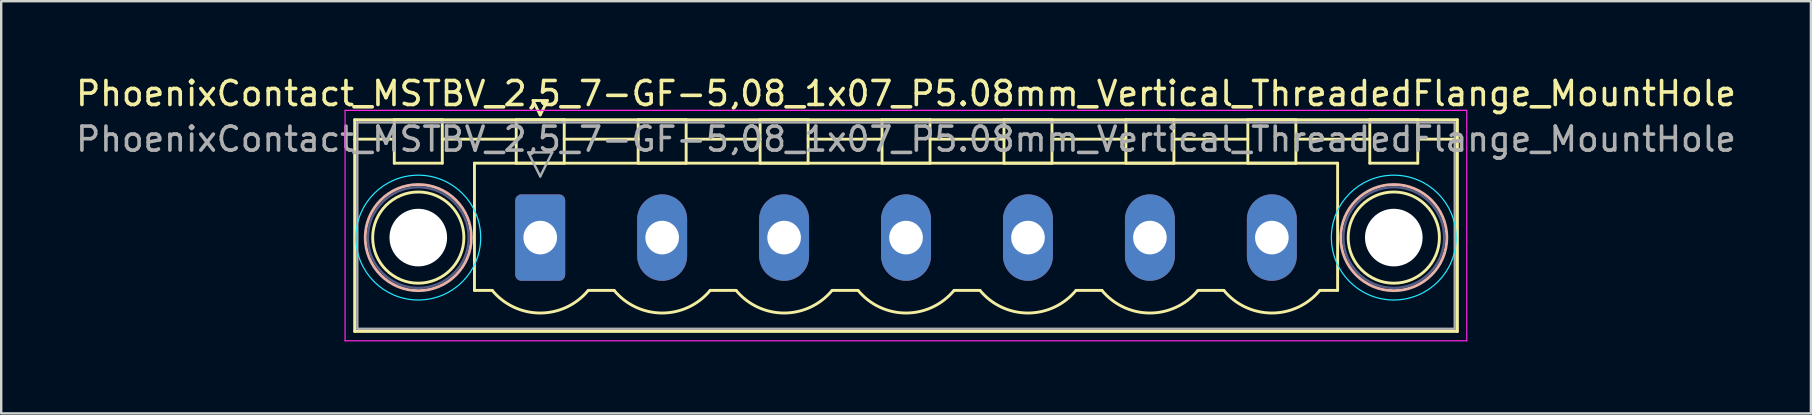
<source format=kicad_pcb>
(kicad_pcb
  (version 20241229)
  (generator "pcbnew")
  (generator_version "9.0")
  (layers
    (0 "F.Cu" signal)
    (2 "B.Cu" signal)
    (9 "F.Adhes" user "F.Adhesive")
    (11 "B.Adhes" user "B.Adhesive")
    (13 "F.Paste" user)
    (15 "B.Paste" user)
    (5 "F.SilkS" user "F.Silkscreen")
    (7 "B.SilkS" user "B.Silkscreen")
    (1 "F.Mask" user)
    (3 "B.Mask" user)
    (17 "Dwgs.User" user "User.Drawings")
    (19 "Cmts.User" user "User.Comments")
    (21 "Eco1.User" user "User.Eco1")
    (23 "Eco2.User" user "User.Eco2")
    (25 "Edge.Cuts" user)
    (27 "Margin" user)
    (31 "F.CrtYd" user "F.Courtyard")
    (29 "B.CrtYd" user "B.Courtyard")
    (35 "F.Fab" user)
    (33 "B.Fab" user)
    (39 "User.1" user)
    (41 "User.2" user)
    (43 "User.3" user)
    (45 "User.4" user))
  (footprint "PhoenixContact_MSTBV_2,5_7-GF-5,08_1x07_P5.08mm_Vertical_ThreadedFlange_MountHole"
    (layer "F.Cu")
    (at 19.456 6.848)
    (property "Reference" "PhoenixContact_MSTBV_2,5_7-GF-5,08_1x07_P5.08mm_Vertical_ThreadedFlange_MountHole" (at 15.24 -6 0) (layer "F.SilkS") (effects (font (size 1 1) (thickness 0.15))))
    (attr through_hole)
    (fp_line (start -7.73 -4.91) (end -7.73 3.91) (stroke (width 0.12) (type solid)) (layer "F.SilkS"))
    (fp_line (start -7.73 -4.1) (end -6.19 -4.1) (stroke (width 0.12) (type solid)) (layer "F.SilkS"))
    (fp_line (start -7.73 3.91) (end 38.21 3.91) (stroke (width 0.12) (type solid)) (layer "F.SilkS"))
    (fp_line (start -6.08 -4.91) (end -4.08 -4.91) (stroke (width 0.12) (type solid)) (layer "F.SilkS"))
    (fp_line (start -6.08 -3.1) (end -6.08 -4.91) (stroke (width 0.12) (type solid)) (layer "F.SilkS"))
    (fp_line (start -4.08 -4.91) (end -4.08 -3.1) (stroke (width 0.12) (type solid)) (layer "F.SilkS"))
    (fp_line (start -4.08 -4.1) (end -1 -4.1) (stroke (width 0.12) (type solid)) (layer "F.SilkS"))
    (fp_line (start -4.08 -3.1) (end -6.08 -3.1) (stroke (width 0.12) (type solid)) (layer "F.SilkS"))
    (fp_line (start -2.74 -3.1) (end 33.22 -3.1) (stroke (width 0.12) (type solid)) (layer "F.SilkS"))
    (fp_line (start -2.74 2.2) (end -2.74 -3.1) (stroke (width 0.12) (type solid)) (layer "F.SilkS"))
    (fp_line (start -2 2.2) (end -2.74 2.2) (stroke (width 0.12) (type solid)) (layer "F.SilkS"))
    (fp_line (start -1 -4.91) (end 1 -4.91) (stroke (width 0.12) (type solid)) (layer "F.SilkS"))
    (fp_line (start -1 -3.1) (end -1 -4.91) (stroke (width 0.12) (type solid)) (layer "F.SilkS"))
    (fp_line (start -0.3 -5.71) (end 0.3 -5.71) (stroke (width 0.12) (type solid)) (layer "F.SilkS"))
    (fp_line (start 0 -5.11) (end -0.3 -5.71) (stroke (width 0.12) (type solid)) (layer "F.SilkS"))
    (fp_line (start 0.3 -5.71) (end 0 -5.11) (stroke (width 0.12) (type solid)) (layer "F.SilkS"))
    (fp_line (start 1 -4.91) (end 1 -3.1) (stroke (width 0.12) (type solid)) (layer "F.SilkS"))
    (fp_line (start 1 -4.1) (end 4.08 -4.1) (stroke (width 0.12) (type solid)) (layer "F.SilkS"))
    (fp_line (start 1 -3.1) (end -1 -3.1) (stroke (width 0.12) (type solid)) (layer "F.SilkS"))
    (fp_line (start 2 2.2) (end 3.08 2.2) (stroke (width 0.12) (type solid)) (layer "F.SilkS"))
    (fp_line (start 4.08 -4.91) (end 6.08 -4.91) (stroke (width 0.12) (type solid)) (layer "F.SilkS"))
    (fp_line (start 4.08 -3.1) (end 4.08 -4.91) (stroke (width 0.12) (type solid)) (layer "F.SilkS"))
    (fp_line (start 6.08 -4.91) (end 6.08 -3.1) (stroke (width 0.12) (type solid)) (layer "F.SilkS"))
    (fp_line (start 6.08 -4.1) (end 9.16 -4.1) (stroke (width 0.12) (type solid)) (layer "F.SilkS"))
    (fp_line (start 6.08 -3.1) (end 4.08 -3.1) (stroke (width 0.12) (type solid)) (layer "F.SilkS"))
    (fp_line (start 7.08 2.2) (end 8.16 2.2) (stroke (width 0.12) (type solid)) (layer "F.SilkS"))
    (fp_line (start 9.16 -4.91) (end 11.16 -4.91) (stroke (width 0.12) (type solid)) (layer "F.SilkS"))
    (fp_line (start 9.16 -3.1) (end 9.16 -4.91) (stroke (width 0.12) (type solid)) (layer "F.SilkS"))
    (fp_line (start 11.16 -4.91) (end 11.16 -3.1) (stroke (width 0.12) (type solid)) (layer "F.SilkS"))
    (fp_line (start 11.16 -4.1) (end 14.24 -4.1) (stroke (width 0.12) (type solid)) (layer "F.SilkS"))
    (fp_line (start 11.16 -3.1) (end 9.16 -3.1) (stroke (width 0.12) (type solid)) (layer "F.SilkS"))
    (fp_line (start 12.16 2.2) (end 13.24 2.2) (stroke (width 0.12) (type solid)) (layer "F.SilkS"))
    (fp_line (start 14.24 -4.91) (end 16.24 -4.91) (stroke (width 0.12) (type solid)) (layer "F.SilkS"))
    (fp_line (start 14.24 -3.1) (end 14.24 -4.91) (stroke (width 0.12) (type solid)) (layer "F.SilkS"))
    (fp_line (start 16.24 -4.91) (end 16.24 -3.1) (stroke (width 0.12) (type solid)) (layer "F.SilkS"))
    (fp_line (start 16.24 -4.1) (end 19.32 -4.1) (stroke (width 0.12) (type solid)) (layer "F.SilkS"))
    (fp_line (start 16.24 -3.1) (end 14.24 -3.1) (stroke (width 0.12) (type solid)) (layer "F.SilkS"))
    (fp_line (start 17.24 2.2) (end 18.32 2.2) (stroke (width 0.12) (type solid)) (layer "F.SilkS"))
    (fp_line (start 19.32 -4.91) (end 21.32 -4.91) (stroke (width 0.12) (type solid)) (layer "F.SilkS"))
    (fp_line (start 19.32 -3.1) (end 19.32 -4.91) (stroke (width 0.12) (type solid)) (layer "F.SilkS"))
    (fp_line (start 21.32 -4.91) (end 21.32 -3.1) (stroke (width 0.12) (type solid)) (layer "F.SilkS"))
    (fp_line (start 21.32 -4.1) (end 24.4 -4.1) (stroke (width 0.12) (type solid)) (layer "F.SilkS"))
    (fp_line (start 21.32 -3.1) (end 19.32 -3.1) (stroke (width 0.12) (type solid)) (layer "F.SilkS"))
    (fp_line (start 22.32 2.2) (end 23.4 2.2) (stroke (width 0.12) (type solid)) (layer "F.SilkS"))
    (fp_line (start 24.4 -4.91) (end 26.4 -4.91) (stroke (width 0.12) (type solid)) (layer "F.SilkS"))
    (fp_line (start 24.4 -3.1) (end 24.4 -4.91) (stroke (width 0.12) (type solid)) (layer "F.SilkS"))
    (fp_line (start 26.4 -4.91) (end 26.4 -3.1) (stroke (width 0.12) (type solid)) (layer "F.SilkS"))
    (fp_line (start 26.4 -4.1) (end 29.48 -4.1) (stroke (width 0.12) (type solid)) (layer "F.SilkS"))
    (fp_line (start 26.4 -3.1) (end 24.4 -3.1) (stroke (width 0.12) (type solid)) (layer "F.SilkS"))
    (fp_line (start 27.4 2.2) (end 28.48 2.2) (stroke (width 0.12) (type solid)) (layer "F.SilkS"))
    (fp_line (start 29.48 -4.91) (end 31.48 -4.91) (stroke (width 0.12) (type solid)) (layer "F.SilkS"))
    (fp_line (start 29.48 -3.1) (end 29.48 -4.91) (stroke (width 0.12) (type solid)) (layer "F.SilkS"))
    (fp_line (start 31.48 -4.91) (end 31.48 -3.1) (stroke (width 0.12) (type solid)) (layer "F.SilkS"))
    (fp_line (start 31.48 -4.1) (end 34.56 -4.1) (stroke (width 0.12) (type solid)) (layer "F.SilkS"))
    (fp_line (start 31.48 -3.1) (end 29.48 -3.1) (stroke (width 0.12) (type solid)) (layer "F.SilkS"))
    (fp_line (start 33.22 -3.1) (end 33.22 2.2) (stroke (width 0.12) (type solid)) (layer "F.SilkS"))
    (fp_line (start 33.22 2.2) (end 32.48 2.2) (stroke (width 0.12) (type solid)) (layer "F.SilkS"))
    (fp_line (start 34.56 -4.91) (end 36.56 -4.91) (stroke (width 0.12) (type solid)) (layer "F.SilkS"))
    (fp_line (start 34.56 -3.1) (end 34.56 -4.91) (stroke (width 0.12) (type solid)) (layer "F.SilkS"))
    (fp_line (start 36.56 -4.91) (end 36.56 -3.1) (stroke (width 0.12) (type solid)) (layer "F.SilkS"))
    (fp_line (start 36.56 -3.1) (end 34.56 -3.1) (stroke (width 0.12) (type solid)) (layer "F.SilkS"))
    (fp_line (start 38.21 -4.91) (end -7.73 -4.91) (stroke (width 0.12) (type solid)) (layer "F.SilkS"))
    (fp_line (start 38.21 -4.1) (end 36.67 -4.1) (stroke (width 0.12) (type solid)) (layer "F.SilkS"))
    (fp_line (start 38.21 3.91) (end 38.21 -4.91) (stroke (width 0.12) (type solid)) (layer "F.SilkS"))
    (fp_arc (start 1.986842 2.215821) (mid -0.010289 3.142758) (end -2 2.2) (stroke (width 0.12) (type solid)) (layer "F.SilkS"))
    (fp_arc (start 7.066842 2.215821) (mid 5.069711 3.142758) (end 3.08 2.2) (stroke (width 0.12) (type solid)) (layer "F.SilkS"))
    (fp_arc (start 12.146842 2.215821) (mid 10.149711 3.142758) (end 8.16 2.2) (stroke (width 0.12) (type solid)) (layer "F.SilkS"))
    (fp_arc (start 17.226842 2.215821) (mid 15.229711 3.142758) (end 13.24 2.2) (stroke (width 0.12) (type solid)) (layer "F.SilkS"))
    (fp_arc (start 22.306842 2.215821) (mid 20.309711 3.142758) (end 18.32 2.2) (stroke (width 0.12) (type solid)) (layer "F.SilkS"))
    (fp_arc (start 27.386842 2.215821) (mid 25.389711 3.142758) (end 23.4 2.2) (stroke (width 0.12) (type solid)) (layer "F.SilkS"))
    (fp_arc (start 32.466842 2.215821) (mid 30.469711 3.142758) (end 28.48 2.2) (stroke (width 0.12) (type solid)) (layer "F.SilkS"))
    (fp_circle (center -5.08 0) (end -3.18 0) (stroke (width 0.12) (type solid)) (fill no) (layer "F.SilkS"))
    (fp_circle (center 35.56 0) (end 37.46 0) (stroke (width 0.12) (type solid)) (fill no) (layer "F.SilkS"))
    (fp_circle (center -5.08 0) (end -2.87 0) (stroke (width 0.12) (type solid)) (fill no) (layer "B.SilkS"))
    (fp_circle (center 35.56 0) (end 37.77 0) (stroke (width 0.12) (type solid)) (fill no) (layer "B.SilkS"))
    (fp_circle (center -5.08 0) (end -2.48 0) (stroke (width 0.05) (type solid)) (fill no) (layer "B.CrtYd"))
    (fp_circle (center 35.56 0) (end 38.16 0) (stroke (width 0.05) (type solid)) (fill no) (layer "B.CrtYd"))
    (fp_line (start -8.13 -5.3) (end -8.13 4.3) (stroke (width 0.05) (type solid)) (layer "F.CrtYd"))
    (fp_line (start -8.13 4.3) (end 38.6 4.3) (stroke (width 0.05) (type solid)) (layer "F.CrtYd"))
    (fp_line (start 38.6 -5.3) (end -8.13 -5.3) (stroke (width 0.05) (type solid)) (layer "F.CrtYd"))
    (fp_line (start 38.6 4.3) (end 38.6 -5.3) (stroke (width 0.05) (type solid)) (layer "F.CrtYd"))
    (fp_circle (center -5.08 0) (end -2.98 0) (stroke (width 0.1) (type solid)) (fill no) (layer "B.Fab"))
    (fp_circle (center 35.56 0) (end 37.66 0) (stroke (width 0.1) (type solid)) (fill no) (layer "B.Fab"))
    (fp_line (start -7.62 -4.8) (end -7.62 3.8) (stroke (width 0.1) (type solid)) (layer "F.Fab"))
    (fp_line (start -7.62 3.8) (end 38.1 3.8) (stroke (width 0.1) (type solid)) (layer "F.Fab"))
    (fp_line (start -0.5 -3.55) (end 0.5 -3.55) (stroke (width 0.1) (type solid)) (layer "F.Fab"))
    (fp_line (start 0 -2.55) (end -0.5 -3.55) (stroke (width 0.1) (type solid)) (layer "F.Fab"))
    (fp_line (start 0.5 -3.55) (end 0 -2.55) (stroke (width 0.1) (type solid)) (layer "F.Fab"))
    (fp_line (start 38.1 -4.8) (end -7.62 -4.8) (stroke (width 0.1) (type solid)) (layer "F.Fab"))
    (fp_line (start 38.1 3.8) (end 38.1 -4.8) (stroke (width 0.1) (type solid)) (layer "F.Fab"))
    (fp_text user "${REFERENCE}" (at 15.24 -4.1 0) (layer "F.Fab") (effects (font (size 1 1) (thickness 0.15))))
    (pad "" np_thru_hole circle (at -5.08 0) (size 2.4 2.4) (drill 2.4) (layers "*.Cu" "*.Mask"))
    (pad "" np_thru_hole circle (at 35.56 0) (size 2.4 2.4) (drill 2.4) (layers "*.Cu" "*.Mask"))
    (pad "1" thru_hole roundrect (at 0 0) (size 2.08 3.6) (drill 1.4) (layers "*.Cu" "*.Mask") (roundrect_rratio 0.12))
    (pad "2" thru_hole oval (at 5.08 0) (size 2.08 3.6) (drill 1.4) (layers "*.Cu" "*.Mask"))
    (pad "3" thru_hole oval (at 10.16 0) (size 2.08 3.6) (drill 1.4) (layers "*.Cu" "*.Mask"))
    (pad "4" thru_hole oval (at 15.24 0) (size 2.08 3.6) (drill 1.4) (layers "*.Cu" "*.Mask"))
    (pad "5" thru_hole oval (at 20.32 0) (size 2.08 3.6) (drill 1.4) (layers "*.Cu" "*.Mask"))
    (pad "6" thru_hole oval (at 25.4 0) (size 2.08 3.6) (drill 1.4) (layers "*.Cu" "*.Mask"))
    (pad "7" thru_hole oval (at 30.48 0) (size 2.08 3.6) (drill 1.4) (layers "*.Cu" "*.Mask")))
  (gr_rect
    (start -3 -3)
    (end 72.393 14.173)
    (stroke (width 0.1) (type default))
    (fill no)
    (layer "Edge.Cuts")))
</source>
